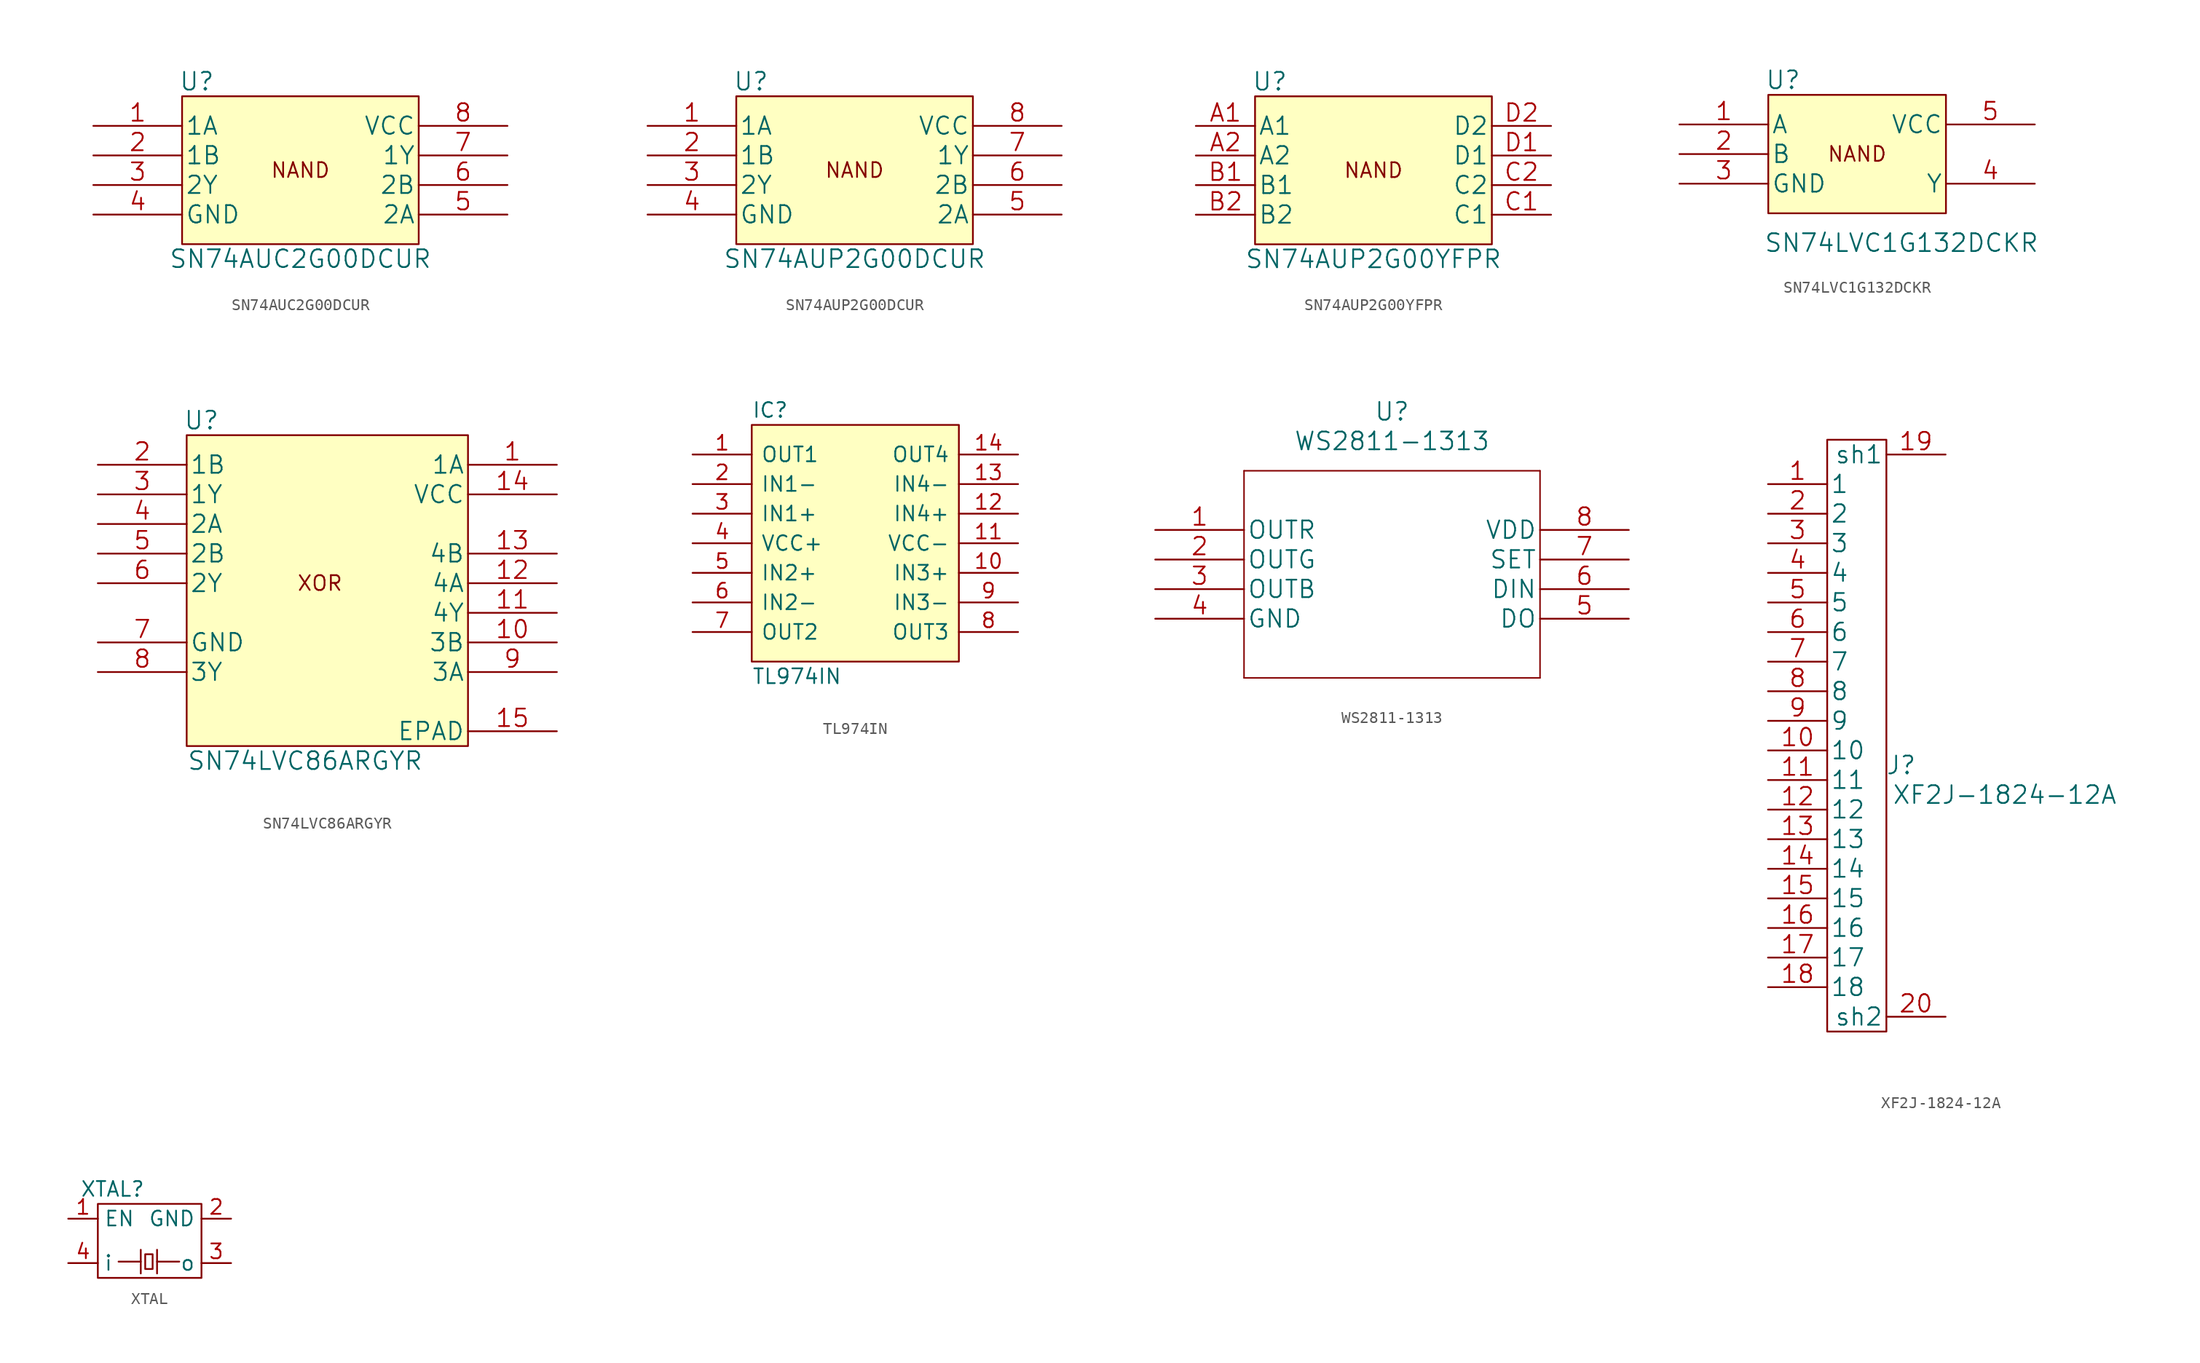
<source format=kicad_sym>
(kicad_symbol_lib
  (version 20220914)
  (generator kicad_symbol_editor)
  (symbol "SN74AUC2G00DCUR"
    (pin_names
      (offset 0.254))
    (property "Reference" "U"
      (at 8.89 3.81 0)
      (effects (font (size 1.524 1.524))))
    (property "Value" "SN74AUC2G00DCUR"
      (at 17.78 -11.43 0)
      (effects (font (size 1.524 1.524))))
    (property "Datasheet" ""
      (at 0 0 0)
      (effects (font (size 1.524 1.524))))
    (symbol "SN74AUC2G00DCUR_0_0"
      (text "NAND" (at 17.78 -3.81 0) (effects (font (size 1.27 1.27)))))
    (symbol "SN74AUC2G00DCUR_1_1"
      (rectangle (start 7.62 2.54) (end 27.94 -10.16) (stroke (width 0) (type default)) (fill (type background)))
      (pin input line (at 0 0 0) (length 7.62) (name "1A" (effects (font (size 1.499 1.499)))) (number "1" (effects (font (size 1.499 1.499)))))
      (pin input line (at 0 -2.54 0) (length 7.62) (name "1B" (effects (font (size 1.499 1.499)))) (number "2" (effects (font (size 1.499 1.499)))))
      (pin output line (at 0 -5.08 0) (length 7.62) (name "2Y" (effects (font (size 1.499 1.499)))) (number "3" (effects (font (size 1.499 1.499)))))
      (pin power_in line (at 0 -7.62 0) (length 7.62) (name "GND" (effects (font (size 1.499 1.499)))) (number "4" (effects (font (size 1.499 1.499)))))
      (pin input line (at 35.56 -7.62 180) (length 7.62) (name "2A" (effects (font (size 1.499 1.499)))) (number "5" (effects (font (size 1.499 1.499)))))
      (pin input line (at 35.56 -5.08 180) (length 7.62) (name "2B" (effects (font (size 1.499 1.499)))) (number "6" (effects (font (size 1.499 1.499)))))
      (pin output line (at 35.56 -2.54 180) (length 7.62) (name "1Y" (effects (font (size 1.499 1.499)))) (number "7" (effects (font (size 1.499 1.499)))))
      (pin power_in line (at 35.56 0 180) (length 7.62) (name "VCC" (effects (font (size 1.499 1.499)))) (number "8" (effects (font (size 1.499 1.499)))))))
  (symbol "SN74AUP2G00DCUR"
    (pin_names
      (offset 0.254))
    (property "Reference" "U"
      (at 8.89 3.81 0)
      (effects (font (size 1.524 1.524))))
    (property "Value" "SN74AUP2G00DCUR"
      (at 17.78 -11.43 0)
      (effects (font (size 1.524 1.524))))
    (property "Datasheet" ""
      (at 0 0 0)
      (effects (font (size 1.524 1.524))))
    (symbol "SN74AUP2G00DCUR_0_0"
      (text "NAND" (at 17.78 -3.81 0) (effects (font (size 1.27 1.27)))))
    (symbol "SN74AUP2G00DCUR_1_1"
      (rectangle (start 7.62 2.54) (end 27.94 -10.16) (stroke (width 0) (type default)) (fill (type background)))
      (pin input line (at 0 0 0) (length 7.62) (name "1A" (effects (font (size 1.499 1.499)))) (number "1" (effects (font (size 1.499 1.499)))))
      (pin input line (at 0 -2.54 0) (length 7.62) (name "1B" (effects (font (size 1.499 1.499)))) (number "2" (effects (font (size 1.499 1.499)))))
      (pin output line (at 0 -5.08 0) (length 7.62) (name "2Y" (effects (font (size 1.499 1.499)))) (number "3" (effects (font (size 1.499 1.499)))))
      (pin power_in line (at 0 -7.62 0) (length 7.62) (name "GND" (effects (font (size 1.499 1.499)))) (number "4" (effects (font (size 1.499 1.499)))))
      (pin input line (at 35.56 -7.62 180) (length 7.62) (name "2A" (effects (font (size 1.499 1.499)))) (number "5" (effects (font (size 1.499 1.499)))))
      (pin input line (at 35.56 -5.08 180) (length 7.62) (name "2B" (effects (font (size 1.499 1.499)))) (number "6" (effects (font (size 1.499 1.499)))))
      (pin output line (at 35.56 -2.54 180) (length 7.62) (name "1Y" (effects (font (size 1.499 1.499)))) (number "7" (effects (font (size 1.499 1.499)))))
      (pin power_in line (at 35.56 0 180) (length 7.62) (name "VCC" (effects (font (size 1.499 1.499)))) (number "8" (effects (font (size 1.499 1.499)))))))
  (symbol "SN74AUP2G00YFPR"
    (pin_names
      (offset 0.254))
    (property "Reference" "U"
      (at 6.35 3.81 0)
      (effects (font (size 1.524 1.524))))
    (property "Value" "SN74AUP2G00YFPR"
      (at 15.24 -11.43 0)
      (effects (font (size 1.524 1.524))))
    (property "Datasheet" ""
      (at 0 0 0)
      (effects (font (size 1.524 1.524))))
    (symbol "SN74AUP2G00YFPR_0_0"
      (text "NAND" (at 15.24 -3.81 0) (effects (font (size 1.27 1.27)))))
    (symbol "SN74AUP2G00YFPR_1_1"
      (rectangle (start 5.08 2.54) (end 25.4 -10.16) (stroke (width 0) (type default)) (fill (type background)))
      (pin unspecified line (at 0 0 0) (length 5.08) (name "A1" (effects (font (size 1.499 1.499)))) (number "A1" (effects (font (size 1.499 1.499)))))
      (pin unspecified line (at 0 -2.54 0) (length 5.08) (name "A2" (effects (font (size 1.499 1.499)))) (number "A2" (effects (font (size 1.499 1.499)))))
      (pin unspecified line (at 0 -5.08 0) (length 5.08) (name "B1" (effects (font (size 1.499 1.499)))) (number "B1" (effects (font (size 1.499 1.499)))))
      (pin unspecified line (at 0 -7.62 0) (length 5.08) (name "B2" (effects (font (size 1.499 1.499)))) (number "B2" (effects (font (size 1.499 1.499)))))
      (pin unspecified line (at 30.48 -7.62 180) (length 5.08) (name "C1" (effects (font (size 1.499 1.499)))) (number "C1" (effects (font (size 1.499 1.499)))))
      (pin unspecified line (at 30.48 -5.08 180) (length 5.08) (name "C2" (effects (font (size 1.499 1.499)))) (number "C2" (effects (font (size 1.499 1.499)))))
      (pin unspecified line (at 30.48 -2.54 180) (length 5.08) (name "D1" (effects (font (size 1.499 1.499)))) (number "D1" (effects (font (size 1.499 1.499)))))
      (pin unspecified line (at 30.48 0 180) (length 5.08) (name "D2" (effects (font (size 1.499 1.499)))) (number "D2" (effects (font (size 1.499 1.499)))))))
  (symbol "SN74LVC1G132DCKR"
    (pin_names
      (offset 0.254))
    (property "Reference" "U"
      (at 8.89 3.81 0)
      (effects (font (size 1.524 1.524))))
    (property "Value" "SN74LVC1G132DCKR"
      (at 19.05 -10.16 0)
      (effects (font (size 1.524 1.524))))
    (property "Datasheet" ""
      (at 0 0 0)
      (effects (font (size 1.524 1.524))))
    (symbol "SN74LVC1G132DCKR_0_0"
      (text "NAND" (at 15.24 -2.54 0) (effects (font (size 1.27 1.27)))))
    (symbol "SN74LVC1G132DCKR_0_1"
      (rectangle (start 7.62 2.54) (end 22.86 -7.62) (stroke (width 0) (type default)) (fill (type background))))
    (symbol "SN74LVC1G132DCKR_1_1"
      (pin input line (at 0 0 0) (length 7.62) (name "A" (effects (font (size 1.499 1.499)))) (number "1" (effects (font (size 1.499 1.499)))))
      (pin input line (at 0 -2.54 0) (length 7.62) (name "B" (effects (font (size 1.499 1.499)))) (number "2" (effects (font (size 1.499 1.499)))))
      (pin power_in line (at 0 -5.08 0) (length 7.62) (name "GND" (effects (font (size 1.499 1.499)))) (number "3" (effects (font (size 1.499 1.499)))))
      (pin output line (at 30.48 -5.08 180) (length 7.62) (name "Y" (effects (font (size 1.499 1.499)))) (number "4" (effects (font (size 1.499 1.499)))))
      (pin power_in line (at 30.48 0 180) (length 7.62) (name "VCC" (effects (font (size 1.499 1.499)))) (number "5" (effects (font (size 1.499 1.499)))))))
  (symbol "SN74LVC86ARGYR"
    (pin_names
      (offset 0.254))
    (property "Reference" "U"
      (at 8.89 3.81 0)
      (effects (font (size 1.524 1.524))))
    (property "Value" "SN74LVC86ARGYR"
      (at 17.78 -25.4 0)
      (effects (font (size 1.524 1.524))))
    (property "Datasheet" ""
      (at 0 0 0)
      (effects (font (size 1.524 1.524))))
    (symbol "SN74LVC86ARGYR_0_0"
      (text "XOR" (at 19.05 -10.16 0) (effects (font (size 1.27 1.27)))))
    (symbol "SN74LVC86ARGYR_1_1"
      (rectangle (start 7.62 2.54) (end 31.75 -24.13) (stroke (width 0) (type default)) (fill (type background)))
      (pin input line (at 39.37 0 180) (length 7.62) (name "1A" (effects (font (size 1.499 1.499)))) (number "1" (effects (font (size 1.499 1.499)))))
      (pin input line (at 39.37 -15.24 180) (length 7.62) (name "3B" (effects (font (size 1.499 1.499)))) (number "10" (effects (font (size 1.499 1.499)))))
      (pin output line (at 39.37 -12.7 180) (length 7.62) (name "4Y" (effects (font (size 1.499 1.499)))) (number "11" (effects (font (size 1.499 1.499)))))
      (pin input line (at 39.37 -10.16 180) (length 7.62) (name "4A" (effects (font (size 1.499 1.499)))) (number "12" (effects (font (size 1.499 1.499)))))
      (pin input line (at 39.37 -7.62 180) (length 7.62) (name "4B" (effects (font (size 1.499 1.499)))) (number "13" (effects (font (size 1.499 1.499)))))
      (pin power_in line (at 39.37 -2.54 180) (length 7.62) (name "VCC" (effects (font (size 1.499 1.499)))) (number "14" (effects (font (size 1.499 1.499)))))
      (pin unspecified line (at 39.37 -22.86 180) (length 7.62) (name "EPAD" (effects (font (size 1.499 1.499)))) (number "15" (effects (font (size 1.499 1.499)))))
      (pin input line (at 0 0 0) (length 7.62) (name "1B" (effects (font (size 1.499 1.499)))) (number "2" (effects (font (size 1.499 1.499)))))
      (pin output line (at 0 -2.54 0) (length 7.62) (name "1Y" (effects (font (size 1.499 1.499)))) (number "3" (effects (font (size 1.499 1.499)))))
      (pin input line (at 0 -5.08 0) (length 7.62) (name "2A" (effects (font (size 1.499 1.499)))) (number "4" (effects (font (size 1.499 1.499)))))
      (pin input line (at 0 -7.62 0) (length 7.62) (name "2B" (effects (font (size 1.499 1.499)))) (number "5" (effects (font (size 1.499 1.499)))))
      (pin output line (at 0 -10.16 0) (length 7.62) (name "2Y" (effects (font (size 1.499 1.499)))) (number "6" (effects (font (size 1.499 1.499)))))
      (pin power_in line (at 0 -15.24 0) (length 7.62) (name "GND" (effects (font (size 1.499 1.499)))) (number "7" (effects (font (size 1.499 1.499)))))
      (pin output line (at 0 -17.78 0) (length 7.62) (name "3Y" (effects (font (size 1.499 1.499)))) (number "8" (effects (font (size 1.499 1.499)))))
      (pin input line (at 39.37 -17.78 180) (length 7.62) (name "3A" (effects (font (size 1.499 1.499)))) (number "9" (effects (font (size 1.499 1.499)))))))
  (symbol "TL974IN"
    (pin_names
      (offset 0.762))
    (property "Reference" "IC"
      (at 5.08 3.81 0)
      (effects (font (size 1.27 1.27)) (justify left)))
    (property "Value" "TL974IN"
      (at 5.08 -19.05 0)
      (effects (font (size 1.27 1.27)) (justify left)))
    (symbol "TL974IN_0_0"
      (pin passive line (at 0 0 0) (length 5.08) (name "OUT1" (effects (font (size 1.27 1.27)))) (number "1" (effects (font (size 1.27 1.27)))))
      (pin passive line (at 27.94 -10.16 180) (length 5.08) (name "IN3+" (effects (font (size 1.27 1.27)))) (number "10" (effects (font (size 1.27 1.27)))))
      (pin passive line (at 27.94 -7.62 180) (length 5.08) (name "VCC-" (effects (font (size 1.27 1.27)))) (number "11" (effects (font (size 1.27 1.27)))))
      (pin passive line (at 27.94 -5.08 180) (length 5.08) (name "IN4+" (effects (font (size 1.27 1.27)))) (number "12" (effects (font (size 1.27 1.27)))))
      (pin passive line (at 27.94 -2.54 180) (length 5.08) (name "IN4-" (effects (font (size 1.27 1.27)))) (number "13" (effects (font (size 1.27 1.27)))))
      (pin passive line (at 27.94 0 180) (length 5.08) (name "OUT4" (effects (font (size 1.27 1.27)))) (number "14" (effects (font (size 1.27 1.27)))))
      (pin passive line (at 0 -2.54 0) (length 5.08) (name "IN1-" (effects (font (size 1.27 1.27)))) (number "2" (effects (font (size 1.27 1.27)))))
      (pin passive line (at 0 -5.08 0) (length 5.08) (name "IN1+" (effects (font (size 1.27 1.27)))) (number "3" (effects (font (size 1.27 1.27)))))
      (pin passive line (at 0 -7.62 0) (length 5.08) (name "VCC+" (effects (font (size 1.27 1.27)))) (number "4" (effects (font (size 1.27 1.27)))))
      (pin passive line (at 0 -10.16 0) (length 5.08) (name "IN2+" (effects (font (size 1.27 1.27)))) (number "5" (effects (font (size 1.27 1.27)))))
      (pin passive line (at 0 -12.7 0) (length 5.08) (name "IN2-" (effects (font (size 1.27 1.27)))) (number "6" (effects (font (size 1.27 1.27)))))
      (pin passive line (at 0 -15.24 0) (length 5.08) (name "OUT2" (effects (font (size 1.27 1.27)))) (number "7" (effects (font (size 1.27 1.27)))))
      (pin passive line (at 27.94 -15.24 180) (length 5.08) (name "OUT3" (effects (font (size 1.27 1.27)))) (number "8" (effects (font (size 1.27 1.27)))))
      (pin passive line (at 27.94 -12.7 180) (length 5.08) (name "IN3-" (effects (font (size 1.27 1.27)))) (number "9" (effects (font (size 1.27 1.27))))))
    (symbol "TL974IN_0_1"
      (polyline (pts (xy 5.08 2.54) (xy 22.86 2.54) (xy 22.86 -17.78) (xy 5.08 -17.78) (xy 5.08 2.54)) (stroke (width 0.152) (type default)) (fill (type background)))))
  (symbol "WS2811-1313"
    (pin_names
      (offset 0.254))
    (property "Reference" "U"
      (at 20.32 10.16 0)
      (effects (font (size 1.524 1.524))))
    (property "Value" "WS2811-1313"
      (at 20.32 7.62 0)
      (effects (font (size 1.524 1.524))))
    (property "Datasheet" ""
      (at 0 0 0)
      (effects (font (size 1.524 1.524))))
    (property "ki_locked" ""
      (at 0 0 0)
      (effects (font (size 1.27 1.27))))
    (symbol "WS2811-1313_1_1"
      (polyline (pts (xy 7.62 -12.7) (xy 33.02 -12.7)) (stroke (width 0.127) (type default)) (fill (type none)))
      (polyline (pts (xy 7.62 5.08) (xy 7.62 -12.7)) (stroke (width 0.127) (type default)) (fill (type none)))
      (polyline (pts (xy 33.02 -12.7) (xy 33.02 5.08)) (stroke (width 0.127) (type default)) (fill (type none)))
      (polyline (pts (xy 33.02 5.08) (xy 7.62 5.08)) (stroke (width 0.127) (type default)) (fill (type none)))
      (pin output line (at 0 0 0) (length 7.62) (name "OUTR" (effects (font (size 1.499 1.499)))) (number "1" (effects (font (size 1.499 1.499)))))
      (pin output line (at 0 -2.54 0) (length 7.62) (name "OUTG" (effects (font (size 1.499 1.499)))) (number "2" (effects (font (size 1.499 1.499)))))
      (pin output line (at 0 -5.08 0) (length 7.62) (name "OUTB" (effects (font (size 1.499 1.499)))) (number "3" (effects (font (size 1.499 1.499)))))
      (pin power_in line (at 0 -7.62 0) (length 7.62) (name "GND" (effects (font (size 1.499 1.499)))) (number "4" (effects (font (size 1.499 1.499)))))
      (pin output line (at 40.64 -7.62 180) (length 7.62) (name "DO" (effects (font (size 1.499 1.499)))) (number "5" (effects (font (size 1.499 1.499)))))
      (pin input line (at 40.64 -5.08 180) (length 7.62) (name "DIN" (effects (font (size 1.499 1.499)))) (number "6" (effects (font (size 1.499 1.499)))))
      (pin unspecified line (at 40.64 -2.54 180) (length 7.62) (name "SET" (effects (font (size 1.499 1.499)))) (number "7" (effects (font (size 1.499 1.499)))))
      (pin power_in line (at 40.64 0 180) (length 7.62) (name "VDD" (effects (font (size 1.499 1.499)))) (number "8" (effects (font (size 1.499 1.499)))))))
  (symbol "XF2J-1824-12A"
    (pin_names
      (offset 0.254))
    (property "Reference" "J"
      (at 11.43 -24.13 0)
      (effects (font (size 1.524 1.524))))
    (property "Value" "XF2J-1824-12A"
      (at 20.32 -26.67 0)
      (effects (font (size 1.524 1.524))))
    (property "Datasheet" ""
      (at 0 0 0)
      (effects (font (size 1.524 1.524))))
    (symbol "XF2J-1824-12A_0_1"
      (rectangle (start 5.08 3.81) (end 10.16 -46.99) (stroke (width 0) (type default)) (fill (type none))))
    (symbol "XF2J-1824-12A_1_1"
      (pin unspecified line (at 0 0 0) (length 5.08) (name "1" (effects (font (size 1.499 1.499)))) (number "1" (effects (font (size 1.499 1.499)))))
      (pin unspecified line (at 0 -22.86 0) (length 5.08) (name "10" (effects (font (size 1.499 1.499)))) (number "10" (effects (font (size 1.499 1.499)))))
      (pin unspecified line (at 0 -25.4 0) (length 5.08) (name "11" (effects (font (size 1.499 1.499)))) (number "11" (effects (font (size 1.499 1.499)))))
      (pin unspecified line (at 0 -27.94 0) (length 5.08) (name "12" (effects (font (size 1.499 1.499)))) (number "12" (effects (font (size 1.499 1.499)))))
      (pin unspecified line (at 0 -30.48 0) (length 5.08) (name "13" (effects (font (size 1.499 1.499)))) (number "13" (effects (font (size 1.499 1.499)))))
      (pin unspecified line (at 0 -33.02 0) (length 5.08) (name "14" (effects (font (size 1.499 1.499)))) (number "14" (effects (font (size 1.499 1.499)))))
      (pin unspecified line (at 0 -35.56 0) (length 5.08) (name "15" (effects (font (size 1.499 1.499)))) (number "15" (effects (font (size 1.499 1.499)))))
      (pin unspecified line (at 0 -38.1 0) (length 5.08) (name "16" (effects (font (size 1.499 1.499)))) (number "16" (effects (font (size 1.499 1.499)))))
      (pin unspecified line (at 0 -40.64 0) (length 5.08) (name "17" (effects (font (size 1.499 1.499)))) (number "17" (effects (font (size 1.499 1.499)))))
      (pin unspecified line (at 0 -43.18 0) (length 5.08) (name "18" (effects (font (size 1.499 1.499)))) (number "18" (effects (font (size 1.499 1.499)))))
      (pin unspecified line (at 15.24 2.54 180) (length 5.08) (name "sh1" (effects (font (size 1.499 1.499)))) (number "19" (effects (font (size 1.499 1.499)))))
      (pin unspecified line (at 0 -2.54 0) (length 5.08) (name "2" (effects (font (size 1.499 1.499)))) (number "2" (effects (font (size 1.499 1.499)))))
      (pin unspecified line (at 15.24 -45.72 180) (length 5.08) (name "sh2" (effects (font (size 1.499 1.499)))) (number "20" (effects (font (size 1.499 1.499)))))
      (pin unspecified line (at 0 -5.08 0) (length 5.08) (name "3" (effects (font (size 1.499 1.499)))) (number "3" (effects (font (size 1.499 1.499)))))
      (pin unspecified line (at 0 -7.62 0) (length 5.08) (name "4" (effects (font (size 1.499 1.499)))) (number "4" (effects (font (size 1.499 1.499)))))
      (pin unspecified line (at 0 -10.16 0) (length 5.08) (name "5" (effects (font (size 1.499 1.499)))) (number "5" (effects (font (size 1.499 1.499)))))
      (pin unspecified line (at 0 -12.7 0) (length 5.08) (name "6" (effects (font (size 1.499 1.499)))) (number "6" (effects (font (size 1.499 1.499)))))
      (pin unspecified line (at 0 -15.24 0) (length 5.08) (name "7" (effects (font (size 1.499 1.499)))) (number "7" (effects (font (size 1.499 1.499)))))
      (pin unspecified line (at 0 -17.78 0) (length 5.08) (name "8" (effects (font (size 1.499 1.499)))) (number "8" (effects (font (size 1.499 1.499)))))
      (pin unspecified line (at 0 -20.32 0) (length 5.08) (name "9" (effects (font (size 1.499 1.499)))) (number "9" (effects (font (size 1.499 1.499)))))))
  (symbol "XTAL"
    (property "Reference" "XTAL"
      (at 3.81 2.54 0)
      (effects (font (size 1.27 1.27))))
    (symbol "XTAL_0_1"
      (polyline (pts (xy 4.318 -3.683) (xy 6.223 -3.683)) (stroke (width 0) (type default)) (fill (type none)))
      (polyline (pts (xy 6.223 -2.667) (xy 6.223 -4.699)) (stroke (width 0) (type default)) (fill (type none)))
      (polyline (pts (xy 7.62 -3.683) (xy 9.525 -3.683)) (stroke (width 0) (type default)) (fill (type none)))
      (polyline (pts (xy 7.62 -2.667) (xy 7.62 -4.699)) (stroke (width 0) (type default)) (fill (type none)))
      (polyline (pts (xy 6.604 -4.318) (xy 6.604 -3.048) (xy 7.239 -3.048) (xy 7.239 -4.318) (xy 6.604 -4.318)) (stroke (width 0) (type default)) (fill (type none)))
      (rectangle (start 2.54 1.27) (end 11.43 -5.08) (stroke (width 0) (type default)) (fill (type none))))
    (symbol "XTAL_1_1"
      (pin input line (at 0 0 0) (length 2.54) (name "EN" (effects (font (size 1.27 1.27)))) (number "1" (effects (font (size 1.27 1.27)))))
      (pin power_in line (at 13.97 0 180) (length 2.54) (name "GND" (effects (font (size 1.27 1.27)))) (number "2" (effects (font (size 1.27 1.27)))))
      (pin output line (at 13.97 -3.81 180) (length 2.54) (name "o" (effects (font (size 1.27 1.27)))) (number "3" (effects (font (size 1.27 1.27)))))
      (pin power_in line (at 0 -3.81 0) (length 2.54) (name "i" (effects (font (size 1.27 1.27)))) (number "4" (effects (font (size 1.27 1.27))))))))
</source>
